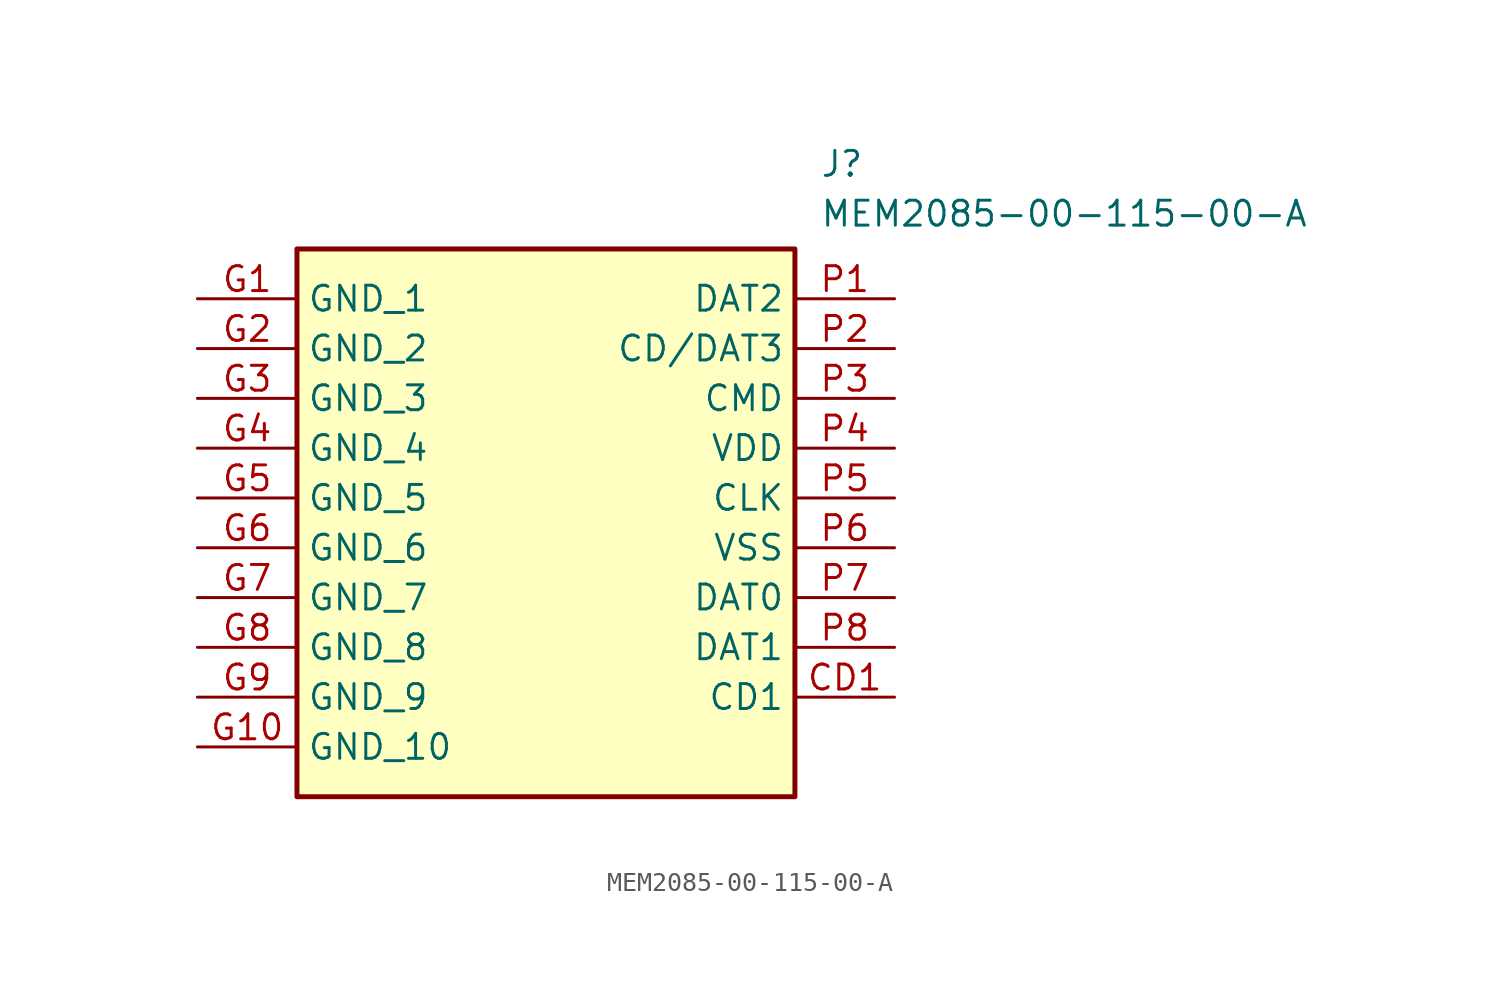
<source format=kicad_sym>
(kicad_symbol_lib
  (version 20241209)
  (generator "kicad_symbol_editor")
  (generator_version "9.0")
  (symbol "MEM2085-00-115-00-A"
    (property "Reference" "J"
      (at 31.75 7.62 0)
      (effects (font (size 1.27 1.27)) (justify left top)))
    (property "Value" "MEM2085-00-115-00-A"
      (at 31.75 5.08 0)
      (effects (font (size 1.27 1.27)) (justify left top)))
    (symbol "MEM2085-00-115-00-A_1_1"
      (rectangle (start 5.08 2.54) (end 30.48 -25.4) (stroke (width 0.254) (type default)) (fill (type background)))
      (pin passive line (at 0 0 0) (length 5.08) (name "GND_1" (effects (font (size 1.27 1.27)))) (number "G1" (effects (font (size 1.27 1.27)))))
      (pin passive line (at 0 -2.54 0) (length 5.08) (name "GND_2" (effects (font (size 1.27 1.27)))) (number "G2" (effects (font (size 1.27 1.27)))))
      (pin passive line (at 0 -5.08 0) (length 5.08) (name "GND_3" (effects (font (size 1.27 1.27)))) (number "G3" (effects (font (size 1.27 1.27)))))
      (pin passive line (at 0 -7.62 0) (length 5.08) (name "GND_4" (effects (font (size 1.27 1.27)))) (number "G4" (effects (font (size 1.27 1.27)))))
      (pin passive line (at 0 -10.16 0) (length 5.08) (name "GND_5" (effects (font (size 1.27 1.27)))) (number "G5" (effects (font (size 1.27 1.27)))))
      (pin passive line (at 0 -12.7 0) (length 5.08) (name "GND_6" (effects (font (size 1.27 1.27)))) (number "G6" (effects (font (size 1.27 1.27)))))
      (pin passive line (at 0 -15.24 0) (length 5.08) (name "GND_7" (effects (font (size 1.27 1.27)))) (number "G7" (effects (font (size 1.27 1.27)))))
      (pin passive line (at 0 -17.78 0) (length 5.08) (name "GND_8" (effects (font (size 1.27 1.27)))) (number "G8" (effects (font (size 1.27 1.27)))))
      (pin passive line (at 0 -20.32 0) (length 5.08) (name "GND_9" (effects (font (size 1.27 1.27)))) (number "G9" (effects (font (size 1.27 1.27)))))
      (pin passive line (at 0 -22.86 0) (length 5.08) (name "GND_10" (effects (font (size 1.27 1.27)))) (number "G10" (effects (font (size 1.27 1.27)))))
      (pin passive line (at 35.56 0 180) (length 5.08) (name "DAT2" (effects (font (size 1.27 1.27)))) (number "P1" (effects (font (size 1.27 1.27)))))
      (pin passive line (at 35.56 -2.54 180) (length 5.08) (name "CD/DAT3" (effects (font (size 1.27 1.27)))) (number "P2" (effects (font (size 1.27 1.27)))))
      (pin passive line (at 35.56 -5.08 180) (length 5.08) (name "CMD" (effects (font (size 1.27 1.27)))) (number "P3" (effects (font (size 1.27 1.27)))))
      (pin passive line (at 35.56 -7.62 180) (length 5.08) (name "VDD" (effects (font (size 1.27 1.27)))) (number "P4" (effects (font (size 1.27 1.27)))))
      (pin passive line (at 35.56 -10.16 180) (length 5.08) (name "CLK" (effects (font (size 1.27 1.27)))) (number "P5" (effects (font (size 1.27 1.27)))))
      (pin passive line (at 35.56 -12.7 180) (length 5.08) (name "VSS" (effects (font (size 1.27 1.27)))) (number "P6" (effects (font (size 1.27 1.27)))))
      (pin passive line (at 35.56 -15.24 180) (length 5.08) (name "DAT0" (effects (font (size 1.27 1.27)))) (number "P7" (effects (font (size 1.27 1.27)))))
      (pin passive line (at 35.56 -17.78 180) (length 5.08) (name "DAT1" (effects (font (size 1.27 1.27)))) (number "P8" (effects (font (size 1.27 1.27)))))
      (pin passive line (at 35.56 -20.32 180) (length 5.08) (name "CD1" (effects (font (size 1.27 1.27)))) (number "CD1" (effects (font (size 1.27 1.27))))))))
</source>
